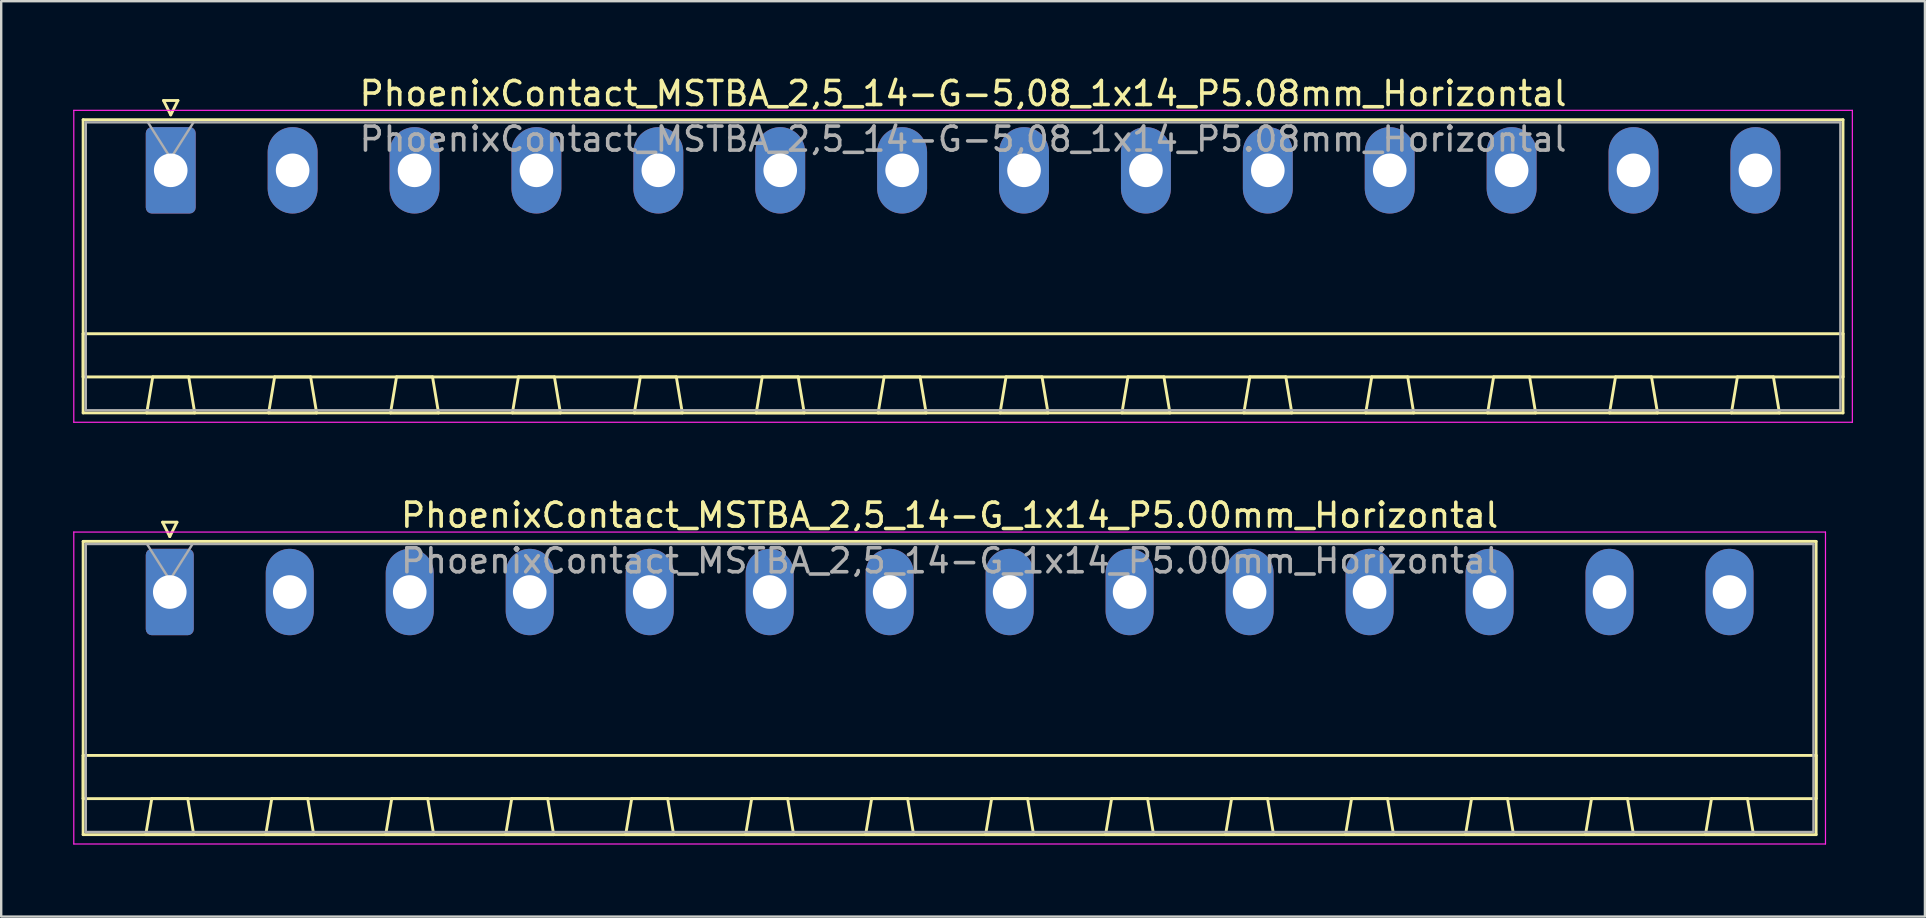
<source format=kicad_pcb>
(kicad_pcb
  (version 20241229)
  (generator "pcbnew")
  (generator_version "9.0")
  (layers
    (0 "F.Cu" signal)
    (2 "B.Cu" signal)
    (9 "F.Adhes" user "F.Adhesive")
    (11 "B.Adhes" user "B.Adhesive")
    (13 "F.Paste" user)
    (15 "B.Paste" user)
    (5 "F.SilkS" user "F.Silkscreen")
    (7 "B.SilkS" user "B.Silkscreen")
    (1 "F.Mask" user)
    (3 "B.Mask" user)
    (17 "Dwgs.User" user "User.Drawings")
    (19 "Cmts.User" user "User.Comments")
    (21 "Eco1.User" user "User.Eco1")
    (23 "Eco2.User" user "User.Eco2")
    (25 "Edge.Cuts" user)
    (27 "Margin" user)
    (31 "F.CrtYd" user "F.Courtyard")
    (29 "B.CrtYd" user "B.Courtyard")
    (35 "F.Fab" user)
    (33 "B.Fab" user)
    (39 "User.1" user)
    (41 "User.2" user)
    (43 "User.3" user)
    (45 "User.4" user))
  (footprint "PhoenixContact_MSTBA_2,5_14-G-5,08_1x14_P5.08mm_Horizontal"
    (layer "F.Cu")
    (at 4.065 4.048)
    (property "Reference" "PhoenixContact_MSTBA_2,5_14-G-5,08_1x14_P5.08mm_Horizontal" (at 33.02 -3.2 0) (layer "F.SilkS") (effects (font (size 1 1) (thickness 0.15))))
    (attr through_hole)
    (fp_line (start -3.65 -2.11) (end -3.65 10.11) (stroke (width 0.12) (type solid)) (layer "F.SilkS"))
    (fp_line (start -3.65 6.81) (end 69.69 6.81) (stroke (width 0.12) (type solid)) (layer "F.SilkS"))
    (fp_line (start -3.65 8.61) (end -3.65 6.81) (stroke (width 0.12) (type solid)) (layer "F.SilkS"))
    (fp_line (start -3.65 10.11) (end 69.69 10.11) (stroke (width 0.12) (type solid)) (layer "F.SilkS"))
    (fp_line (start -1 10.11) (end 1 10.11) (stroke (width 0.12) (type solid)) (layer "F.SilkS"))
    (fp_line (start -0.75 8.61) (end -1 10.11) (stroke (width 0.12) (type solid)) (layer "F.SilkS"))
    (fp_line (start -0.3 -2.91) (end 0.3 -2.91) (stroke (width 0.12) (type solid)) (layer "F.SilkS"))
    (fp_line (start 0 -2.31) (end -0.3 -2.91) (stroke (width 0.12) (type solid)) (layer "F.SilkS"))
    (fp_line (start 0.3 -2.91) (end 0 -2.31) (stroke (width 0.12) (type solid)) (layer "F.SilkS"))
    (fp_line (start 0.75 8.61) (end -0.75 8.61) (stroke (width 0.12) (type solid)) (layer "F.SilkS"))
    (fp_line (start 1 10.11) (end 0.75 8.61) (stroke (width 0.12) (type solid)) (layer "F.SilkS"))
    (fp_line (start 4.08 10.11) (end 6.08 10.11) (stroke (width 0.12) (type solid)) (layer "F.SilkS"))
    (fp_line (start 4.33 8.61) (end 4.08 10.11) (stroke (width 0.12) (type solid)) (layer "F.SilkS"))
    (fp_line (start 5.83 8.61) (end 4.33 8.61) (stroke (width 0.12) (type solid)) (layer "F.SilkS"))
    (fp_line (start 6.08 10.11) (end 5.83 8.61) (stroke (width 0.12) (type solid)) (layer "F.SilkS"))
    (fp_line (start 9.16 10.11) (end 11.16 10.11) (stroke (width 0.12) (type solid)) (layer "F.SilkS"))
    (fp_line (start 9.41 8.61) (end 9.16 10.11) (stroke (width 0.12) (type solid)) (layer "F.SilkS"))
    (fp_line (start 10.91 8.61) (end 9.41 8.61) (stroke (width 0.12) (type solid)) (layer "F.SilkS"))
    (fp_line (start 11.16 10.11) (end 10.91 8.61) (stroke (width 0.12) (type solid)) (layer "F.SilkS"))
    (fp_line (start 14.24 10.11) (end 16.24 10.11) (stroke (width 0.12) (type solid)) (layer "F.SilkS"))
    (fp_line (start 14.49 8.61) (end 14.24 10.11) (stroke (width 0.12) (type solid)) (layer "F.SilkS"))
    (fp_line (start 15.99 8.61) (end 14.49 8.61) (stroke (width 0.12) (type solid)) (layer "F.SilkS"))
    (fp_line (start 16.24 10.11) (end 15.99 8.61) (stroke (width 0.12) (type solid)) (layer "F.SilkS"))
    (fp_line (start 19.32 10.11) (end 21.32 10.11) (stroke (width 0.12) (type solid)) (layer "F.SilkS"))
    (fp_line (start 19.57 8.61) (end 19.32 10.11) (stroke (width 0.12) (type solid)) (layer "F.SilkS"))
    (fp_line (start 21.07 8.61) (end 19.57 8.61) (stroke (width 0.12) (type solid)) (layer "F.SilkS"))
    (fp_line (start 21.32 10.11) (end 21.07 8.61) (stroke (width 0.12) (type solid)) (layer "F.SilkS"))
    (fp_line (start 24.4 10.11) (end 26.4 10.11) (stroke (width 0.12) (type solid)) (layer "F.SilkS"))
    (fp_line (start 24.65 8.61) (end 24.4 10.11) (stroke (width 0.12) (type solid)) (layer "F.SilkS"))
    (fp_line (start 26.15 8.61) (end 24.65 8.61) (stroke (width 0.12) (type solid)) (layer "F.SilkS"))
    (fp_line (start 26.4 10.11) (end 26.15 8.61) (stroke (width 0.12) (type solid)) (layer "F.SilkS"))
    (fp_line (start 29.48 10.11) (end 31.48 10.11) (stroke (width 0.12) (type solid)) (layer "F.SilkS"))
    (fp_line (start 29.73 8.61) (end 29.48 10.11) (stroke (width 0.12) (type solid)) (layer "F.SilkS"))
    (fp_line (start 31.23 8.61) (end 29.73 8.61) (stroke (width 0.12) (type solid)) (layer "F.SilkS"))
    (fp_line (start 31.48 10.11) (end 31.23 8.61) (stroke (width 0.12) (type solid)) (layer "F.SilkS"))
    (fp_line (start 34.56 10.11) (end 36.56 10.11) (stroke (width 0.12) (type solid)) (layer "F.SilkS"))
    (fp_line (start 34.81 8.61) (end 34.56 10.11) (stroke (width 0.12) (type solid)) (layer "F.SilkS"))
    (fp_line (start 36.31 8.61) (end 34.81 8.61) (stroke (width 0.12) (type solid)) (layer "F.SilkS"))
    (fp_line (start 36.56 10.11) (end 36.31 8.61) (stroke (width 0.12) (type solid)) (layer "F.SilkS"))
    (fp_line (start 39.64 10.11) (end 41.64 10.11) (stroke (width 0.12) (type solid)) (layer "F.SilkS"))
    (fp_line (start 39.89 8.61) (end 39.64 10.11) (stroke (width 0.12) (type solid)) (layer "F.SilkS"))
    (fp_line (start 41.39 8.61) (end 39.89 8.61) (stroke (width 0.12) (type solid)) (layer "F.SilkS"))
    (fp_line (start 41.64 10.11) (end 41.39 8.61) (stroke (width 0.12) (type solid)) (layer "F.SilkS"))
    (fp_line (start 44.72 10.11) (end 46.72 10.11) (stroke (width 0.12) (type solid)) (layer "F.SilkS"))
    (fp_line (start 44.97 8.61) (end 44.72 10.11) (stroke (width 0.12) (type solid)) (layer "F.SilkS"))
    (fp_line (start 46.47 8.61) (end 44.97 8.61) (stroke (width 0.12) (type solid)) (layer "F.SilkS"))
    (fp_line (start 46.72 10.11) (end 46.47 8.61) (stroke (width 0.12) (type solid)) (layer "F.SilkS"))
    (fp_line (start 49.8 10.11) (end 51.8 10.11) (stroke (width 0.12) (type solid)) (layer "F.SilkS"))
    (fp_line (start 50.05 8.61) (end 49.8 10.11) (stroke (width 0.12) (type solid)) (layer "F.SilkS"))
    (fp_line (start 51.55 8.61) (end 50.05 8.61) (stroke (width 0.12) (type solid)) (layer "F.SilkS"))
    (fp_line (start 51.8 10.11) (end 51.55 8.61) (stroke (width 0.12) (type solid)) (layer "F.SilkS"))
    (fp_line (start 54.88 10.11) (end 56.88 10.11) (stroke (width 0.12) (type solid)) (layer "F.SilkS"))
    (fp_line (start 55.13 8.61) (end 54.88 10.11) (stroke (width 0.12) (type solid)) (layer "F.SilkS"))
    (fp_line (start 56.63 8.61) (end 55.13 8.61) (stroke (width 0.12) (type solid)) (layer "F.SilkS"))
    (fp_line (start 56.88 10.11) (end 56.63 8.61) (stroke (width 0.12) (type solid)) (layer "F.SilkS"))
    (fp_line (start 59.96 10.11) (end 61.96 10.11) (stroke (width 0.12) (type solid)) (layer "F.SilkS"))
    (fp_line (start 60.21 8.61) (end 59.96 10.11) (stroke (width 0.12) (type solid)) (layer "F.SilkS"))
    (fp_line (start 61.71 8.61) (end 60.21 8.61) (stroke (width 0.12) (type solid)) (layer "F.SilkS"))
    (fp_line (start 61.96 10.11) (end 61.71 8.61) (stroke (width 0.12) (type solid)) (layer "F.SilkS"))
    (fp_line (start 65.04 10.11) (end 67.04 10.11) (stroke (width 0.12) (type solid)) (layer "F.SilkS"))
    (fp_line (start 65.29 8.61) (end 65.04 10.11) (stroke (width 0.12) (type solid)) (layer "F.SilkS"))
    (fp_line (start 66.79 8.61) (end 65.29 8.61) (stroke (width 0.12) (type solid)) (layer "F.SilkS"))
    (fp_line (start 67.04 10.11) (end 66.79 8.61) (stroke (width 0.12) (type solid)) (layer "F.SilkS"))
    (fp_line (start 69.69 -2.11) (end -3.65 -2.11) (stroke (width 0.12) (type solid)) (layer "F.SilkS"))
    (fp_line (start 69.69 6.81) (end 69.69 8.61) (stroke (width 0.12) (type solid)) (layer "F.SilkS"))
    (fp_line (start 69.69 8.61) (end -3.65 8.61) (stroke (width 0.12) (type solid)) (layer "F.SilkS"))
    (fp_line (start 69.69 10.11) (end 69.69 -2.11) (stroke (width 0.12) (type solid)) (layer "F.SilkS"))
    (fp_line (start -4.04 -2.5) (end -4.04 10.5) (stroke (width 0.05) (type solid)) (layer "F.CrtYd"))
    (fp_line (start -4.04 10.5) (end 70.08 10.5) (stroke (width 0.05) (type solid)) (layer "F.CrtYd"))
    (fp_line (start 70.08 -2.5) (end -4.04 -2.5) (stroke (width 0.05) (type solid)) (layer "F.CrtYd"))
    (fp_line (start 70.08 10.5) (end 70.08 -2.5) (stroke (width 0.05) (type solid)) (layer "F.CrtYd"))
    (fp_line (start -3.54 -2) (end -3.54 10) (stroke (width 0.1) (type solid)) (layer "F.Fab"))
    (fp_line (start -3.54 10) (end 69.58 10) (stroke (width 0.1) (type solid)) (layer "F.Fab"))
    (fp_line (start 0 -0.5) (end -0.95 -2) (stroke (width 0.1) (type solid)) (layer "F.Fab"))
    (fp_line (start 0.95 -2) (end 0 -0.5) (stroke (width 0.1) (type solid)) (layer "F.Fab"))
    (fp_line (start 69.58 -2) (end -3.54 -2) (stroke (width 0.1) (type solid)) (layer "F.Fab"))
    (fp_line (start 69.58 10) (end 69.58 -2) (stroke (width 0.1) (type solid)) (layer "F.Fab"))
    (fp_text user "${REFERENCE}" (at 33.02 -1.3 0) (layer "F.Fab") (effects (font (size 1 1) (thickness 0.15))))
    (pad "1" thru_hole roundrect (at 0 0) (size 2.08 3.6) (drill 1.4) (layers "*.Cu" "*.Mask") (roundrect_rratio 0.12))
    (pad "2" thru_hole oval (at 5.08 0) (size 2.08 3.6) (drill 1.4) (layers "*.Cu" "*.Mask"))
    (pad "3" thru_hole oval (at 10.16 0) (size 2.08 3.6) (drill 1.4) (layers "*.Cu" "*.Mask"))
    (pad "4" thru_hole oval (at 15.24 0) (size 2.08 3.6) (drill 1.4) (layers "*.Cu" "*.Mask"))
    (pad "5" thru_hole oval (at 20.32 0) (size 2.08 3.6) (drill 1.4) (layers "*.Cu" "*.Mask"))
    (pad "6" thru_hole oval (at 25.4 0) (size 2.08 3.6) (drill 1.4) (layers "*.Cu" "*.Mask"))
    (pad "7" thru_hole oval (at 30.48 0) (size 2.08 3.6) (drill 1.4) (layers "*.Cu" "*.Mask"))
    (pad "8" thru_hole oval (at 35.56 0) (size 2.08 3.6) (drill 1.4) (layers "*.Cu" "*.Mask"))
    (pad "9" thru_hole oval (at 40.64 0) (size 2.08 3.6) (drill 1.4) (layers "*.Cu" "*.Mask"))
    (pad "10" thru_hole oval (at 45.72 0) (size 2.08 3.6) (drill 1.4) (layers "*.Cu" "*.Mask"))
    (pad "11" thru_hole oval (at 50.8 0) (size 2.08 3.6) (drill 1.4) (layers "*.Cu" "*.Mask"))
    (pad "12" thru_hole oval (at 55.88 0) (size 2.08 3.6) (drill 1.4) (layers "*.Cu" "*.Mask"))
    (pad "13" thru_hole oval (at 60.96 0) (size 2.08 3.6) (drill 1.4) (layers "*.Cu" "*.Mask"))
    (pad "14" thru_hole oval (at 66.04 0) (size 2.08 3.6) (drill 1.4) (layers "*.Cu" "*.Mask")))
  (footprint "PhoenixContact_MSTBA_2,5_14-G_1x14_P5.00mm_Horizontal"
    (layer "F.Cu")
    (at 4.025 21.622)
    (property "Reference" "PhoenixContact_MSTBA_2,5_14-G_1x14_P5.00mm_Horizontal" (at 32.5 -3.2 0) (layer "F.SilkS") (effects (font (size 1 1) (thickness 0.15))))
    (attr through_hole)
    (fp_line (start -3.61 -2.11) (end -3.61 10.11) (stroke (width 0.12) (type solid)) (layer "F.SilkS"))
    (fp_line (start -3.61 6.81) (end 68.61 6.81) (stroke (width 0.12) (type solid)) (layer "F.SilkS"))
    (fp_line (start -3.61 8.61) (end -3.61 6.81) (stroke (width 0.12) (type solid)) (layer "F.SilkS"))
    (fp_line (start -3.61 10.11) (end 68.61 10.11) (stroke (width 0.12) (type solid)) (layer "F.SilkS"))
    (fp_line (start -1 10.11) (end 1 10.11) (stroke (width 0.12) (type solid)) (layer "F.SilkS"))
    (fp_line (start -0.75 8.61) (end -1 10.11) (stroke (width 0.12) (type solid)) (layer "F.SilkS"))
    (fp_line (start -0.3 -2.91) (end 0.3 -2.91) (stroke (width 0.12) (type solid)) (layer "F.SilkS"))
    (fp_line (start 0 -2.31) (end -0.3 -2.91) (stroke (width 0.12) (type solid)) (layer "F.SilkS"))
    (fp_line (start 0.3 -2.91) (end 0 -2.31) (stroke (width 0.12) (type solid)) (layer "F.SilkS"))
    (fp_line (start 0.75 8.61) (end -0.75 8.61) (stroke (width 0.12) (type solid)) (layer "F.SilkS"))
    (fp_line (start 1 10.11) (end 0.75 8.61) (stroke (width 0.12) (type solid)) (layer "F.SilkS"))
    (fp_line (start 4 10.11) (end 6 10.11) (stroke (width 0.12) (type solid)) (layer "F.SilkS"))
    (fp_line (start 4.25 8.61) (end 4 10.11) (stroke (width 0.12) (type solid)) (layer "F.SilkS"))
    (fp_line (start 5.75 8.61) (end 4.25 8.61) (stroke (width 0.12) (type solid)) (layer "F.SilkS"))
    (fp_line (start 6 10.11) (end 5.75 8.61) (stroke (width 0.12) (type solid)) (layer "F.SilkS"))
    (fp_line (start 9 10.11) (end 11 10.11) (stroke (width 0.12) (type solid)) (layer "F.SilkS"))
    (fp_line (start 9.25 8.61) (end 9 10.11) (stroke (width 0.12) (type solid)) (layer "F.SilkS"))
    (fp_line (start 10.75 8.61) (end 9.25 8.61) (stroke (width 0.12) (type solid)) (layer "F.SilkS"))
    (fp_line (start 11 10.11) (end 10.75 8.61) (stroke (width 0.12) (type solid)) (layer "F.SilkS"))
    (fp_line (start 14 10.11) (end 16 10.11) (stroke (width 0.12) (type solid)) (layer "F.SilkS"))
    (fp_line (start 14.25 8.61) (end 14 10.11) (stroke (width 0.12) (type solid)) (layer "F.SilkS"))
    (fp_line (start 15.75 8.61) (end 14.25 8.61) (stroke (width 0.12) (type solid)) (layer "F.SilkS"))
    (fp_line (start 16 10.11) (end 15.75 8.61) (stroke (width 0.12) (type solid)) (layer "F.SilkS"))
    (fp_line (start 19 10.11) (end 21 10.11) (stroke (width 0.12) (type solid)) (layer "F.SilkS"))
    (fp_line (start 19.25 8.61) (end 19 10.11) (stroke (width 0.12) (type solid)) (layer "F.SilkS"))
    (fp_line (start 20.75 8.61) (end 19.25 8.61) (stroke (width 0.12) (type solid)) (layer "F.SilkS"))
    (fp_line (start 21 10.11) (end 20.75 8.61) (stroke (width 0.12) (type solid)) (layer "F.SilkS"))
    (fp_line (start 24 10.11) (end 26 10.11) (stroke (width 0.12) (type solid)) (layer "F.SilkS"))
    (fp_line (start 24.25 8.61) (end 24 10.11) (stroke (width 0.12) (type solid)) (layer "F.SilkS"))
    (fp_line (start 25.75 8.61) (end 24.25 8.61) (stroke (width 0.12) (type solid)) (layer "F.SilkS"))
    (fp_line (start 26 10.11) (end 25.75 8.61) (stroke (width 0.12) (type solid)) (layer "F.SilkS"))
    (fp_line (start 29 10.11) (end 31 10.11) (stroke (width 0.12) (type solid)) (layer "F.SilkS"))
    (fp_line (start 29.25 8.61) (end 29 10.11) (stroke (width 0.12) (type solid)) (layer "F.SilkS"))
    (fp_line (start 30.75 8.61) (end 29.25 8.61) (stroke (width 0.12) (type solid)) (layer "F.SilkS"))
    (fp_line (start 31 10.11) (end 30.75 8.61) (stroke (width 0.12) (type solid)) (layer "F.SilkS"))
    (fp_line (start 34 10.11) (end 36 10.11) (stroke (width 0.12) (type solid)) (layer "F.SilkS"))
    (fp_line (start 34.25 8.61) (end 34 10.11) (stroke (width 0.12) (type solid)) (layer "F.SilkS"))
    (fp_line (start 35.75 8.61) (end 34.25 8.61) (stroke (width 0.12) (type solid)) (layer "F.SilkS"))
    (fp_line (start 36 10.11) (end 35.75 8.61) (stroke (width 0.12) (type solid)) (layer "F.SilkS"))
    (fp_line (start 39 10.11) (end 41 10.11) (stroke (width 0.12) (type solid)) (layer "F.SilkS"))
    (fp_line (start 39.25 8.61) (end 39 10.11) (stroke (width 0.12) (type solid)) (layer "F.SilkS"))
    (fp_line (start 40.75 8.61) (end 39.25 8.61) (stroke (width 0.12) (type solid)) (layer "F.SilkS"))
    (fp_line (start 41 10.11) (end 40.75 8.61) (stroke (width 0.12) (type solid)) (layer "F.SilkS"))
    (fp_line (start 44 10.11) (end 46 10.11) (stroke (width 0.12) (type solid)) (layer "F.SilkS"))
    (fp_line (start 44.25 8.61) (end 44 10.11) (stroke (width 0.12) (type solid)) (layer "F.SilkS"))
    (fp_line (start 45.75 8.61) (end 44.25 8.61) (stroke (width 0.12) (type solid)) (layer "F.SilkS"))
    (fp_line (start 46 10.11) (end 45.75 8.61) (stroke (width 0.12) (type solid)) (layer "F.SilkS"))
    (fp_line (start 49 10.11) (end 51 10.11) (stroke (width 0.12) (type solid)) (layer "F.SilkS"))
    (fp_line (start 49.25 8.61) (end 49 10.11) (stroke (width 0.12) (type solid)) (layer "F.SilkS"))
    (fp_line (start 50.75 8.61) (end 49.25 8.61) (stroke (width 0.12) (type solid)) (layer "F.SilkS"))
    (fp_line (start 51 10.11) (end 50.75 8.61) (stroke (width 0.12) (type solid)) (layer "F.SilkS"))
    (fp_line (start 54 10.11) (end 56 10.11) (stroke (width 0.12) (type solid)) (layer "F.SilkS"))
    (fp_line (start 54.25 8.61) (end 54 10.11) (stroke (width 0.12) (type solid)) (layer "F.SilkS"))
    (fp_line (start 55.75 8.61) (end 54.25 8.61) (stroke (width 0.12) (type solid)) (layer "F.SilkS"))
    (fp_line (start 56 10.11) (end 55.75 8.61) (stroke (width 0.12) (type solid)) (layer "F.SilkS"))
    (fp_line (start 59 10.11) (end 61 10.11) (stroke (width 0.12) (type solid)) (layer "F.SilkS"))
    (fp_line (start 59.25 8.61) (end 59 10.11) (stroke (width 0.12) (type solid)) (layer "F.SilkS"))
    (fp_line (start 60.75 8.61) (end 59.25 8.61) (stroke (width 0.12) (type solid)) (layer "F.SilkS"))
    (fp_line (start 61 10.11) (end 60.75 8.61) (stroke (width 0.12) (type solid)) (layer "F.SilkS"))
    (fp_line (start 64 10.11) (end 66 10.11) (stroke (width 0.12) (type solid)) (layer "F.SilkS"))
    (fp_line (start 64.25 8.61) (end 64 10.11) (stroke (width 0.12) (type solid)) (layer "F.SilkS"))
    (fp_line (start 65.75 8.61) (end 64.25 8.61) (stroke (width 0.12) (type solid)) (layer "F.SilkS"))
    (fp_line (start 66 10.11) (end 65.75 8.61) (stroke (width 0.12) (type solid)) (layer "F.SilkS"))
    (fp_line (start 68.61 -2.11) (end -3.61 -2.11) (stroke (width 0.12) (type solid)) (layer "F.SilkS"))
    (fp_line (start 68.61 6.81) (end 68.61 8.61) (stroke (width 0.12) (type solid)) (layer "F.SilkS"))
    (fp_line (start 68.61 8.61) (end -3.61 8.61) (stroke (width 0.12) (type solid)) (layer "F.SilkS"))
    (fp_line (start 68.61 10.11) (end 68.61 -2.11) (stroke (width 0.12) (type solid)) (layer "F.SilkS"))
    (fp_line (start -4 -2.5) (end -4 10.5) (stroke (width 0.05) (type solid)) (layer "F.CrtYd"))
    (fp_line (start -4 10.5) (end 69 10.5) (stroke (width 0.05) (type solid)) (layer "F.CrtYd"))
    (fp_line (start 69 -2.5) (end -4 -2.5) (stroke (width 0.05) (type solid)) (layer "F.CrtYd"))
    (fp_line (start 69 10.5) (end 69 -2.5) (stroke (width 0.05) (type solid)) (layer "F.CrtYd"))
    (fp_line (start -3.5 -2) (end -3.5 10) (stroke (width 0.1) (type solid)) (layer "F.Fab"))
    (fp_line (start -3.5 10) (end 68.5 10) (stroke (width 0.1) (type solid)) (layer "F.Fab"))
    (fp_line (start 0 -0.5) (end -0.95 -2) (stroke (width 0.1) (type solid)) (layer "F.Fab"))
    (fp_line (start 0.95 -2) (end 0 -0.5) (stroke (width 0.1) (type solid)) (layer "F.Fab"))
    (fp_line (start 68.5 -2) (end -3.5 -2) (stroke (width 0.1) (type solid)) (layer "F.Fab"))
    (fp_line (start 68.5 10) (end 68.5 -2) (stroke (width 0.1) (type solid)) (layer "F.Fab"))
    (fp_text user "${REFERENCE}" (at 32.5 -1.3 0) (layer "F.Fab") (effects (font (size 1 1) (thickness 0.15))))
    (pad "1" thru_hole roundrect (at 0 0) (size 2 3.6) (drill 1.4) (layers "*.Cu" "*.Mask") (roundrect_rratio 0.125))
    (pad "2" thru_hole oval (at 5 0) (size 2 3.6) (drill 1.4) (layers "*.Cu" "*.Mask"))
    (pad "3" thru_hole oval (at 10 0) (size 2 3.6) (drill 1.4) (layers "*.Cu" "*.Mask"))
    (pad "4" thru_hole oval (at 15 0) (size 2 3.6) (drill 1.4) (layers "*.Cu" "*.Mask"))
    (pad "5" thru_hole oval (at 20 0) (size 2 3.6) (drill 1.4) (layers "*.Cu" "*.Mask"))
    (pad "6" thru_hole oval (at 25 0) (size 2 3.6) (drill 1.4) (layers "*.Cu" "*.Mask"))
    (pad "7" thru_hole oval (at 30 0) (size 2 3.6) (drill 1.4) (layers "*.Cu" "*.Mask"))
    (pad "8" thru_hole oval (at 35 0) (size 2 3.6) (drill 1.4) (layers "*.Cu" "*.Mask"))
    (pad "9" thru_hole oval (at 40 0) (size 2 3.6) (drill 1.4) (layers "*.Cu" "*.Mask"))
    (pad "10" thru_hole oval (at 45 0) (size 2 3.6) (drill 1.4) (layers "*.Cu" "*.Mask"))
    (pad "11" thru_hole oval (at 50 0) (size 2 3.6) (drill 1.4) (layers "*.Cu" "*.Mask"))
    (pad "12" thru_hole oval (at 55 0) (size 2 3.6) (drill 1.4) (layers "*.Cu" "*.Mask"))
    (pad "13" thru_hole oval (at 60 0) (size 2 3.6) (drill 1.4) (layers "*.Cu" "*.Mask"))
    (pad "14" thru_hole oval (at 65 0) (size 2 3.6) (drill 1.4) (layers "*.Cu" "*.Mask")))
  (gr_rect
    (start -3 -3)
    (end 77.17 35.147)
    (stroke (width 0.1) (type default))
    (fill no)
    (layer "Edge.Cuts")))
</source>
